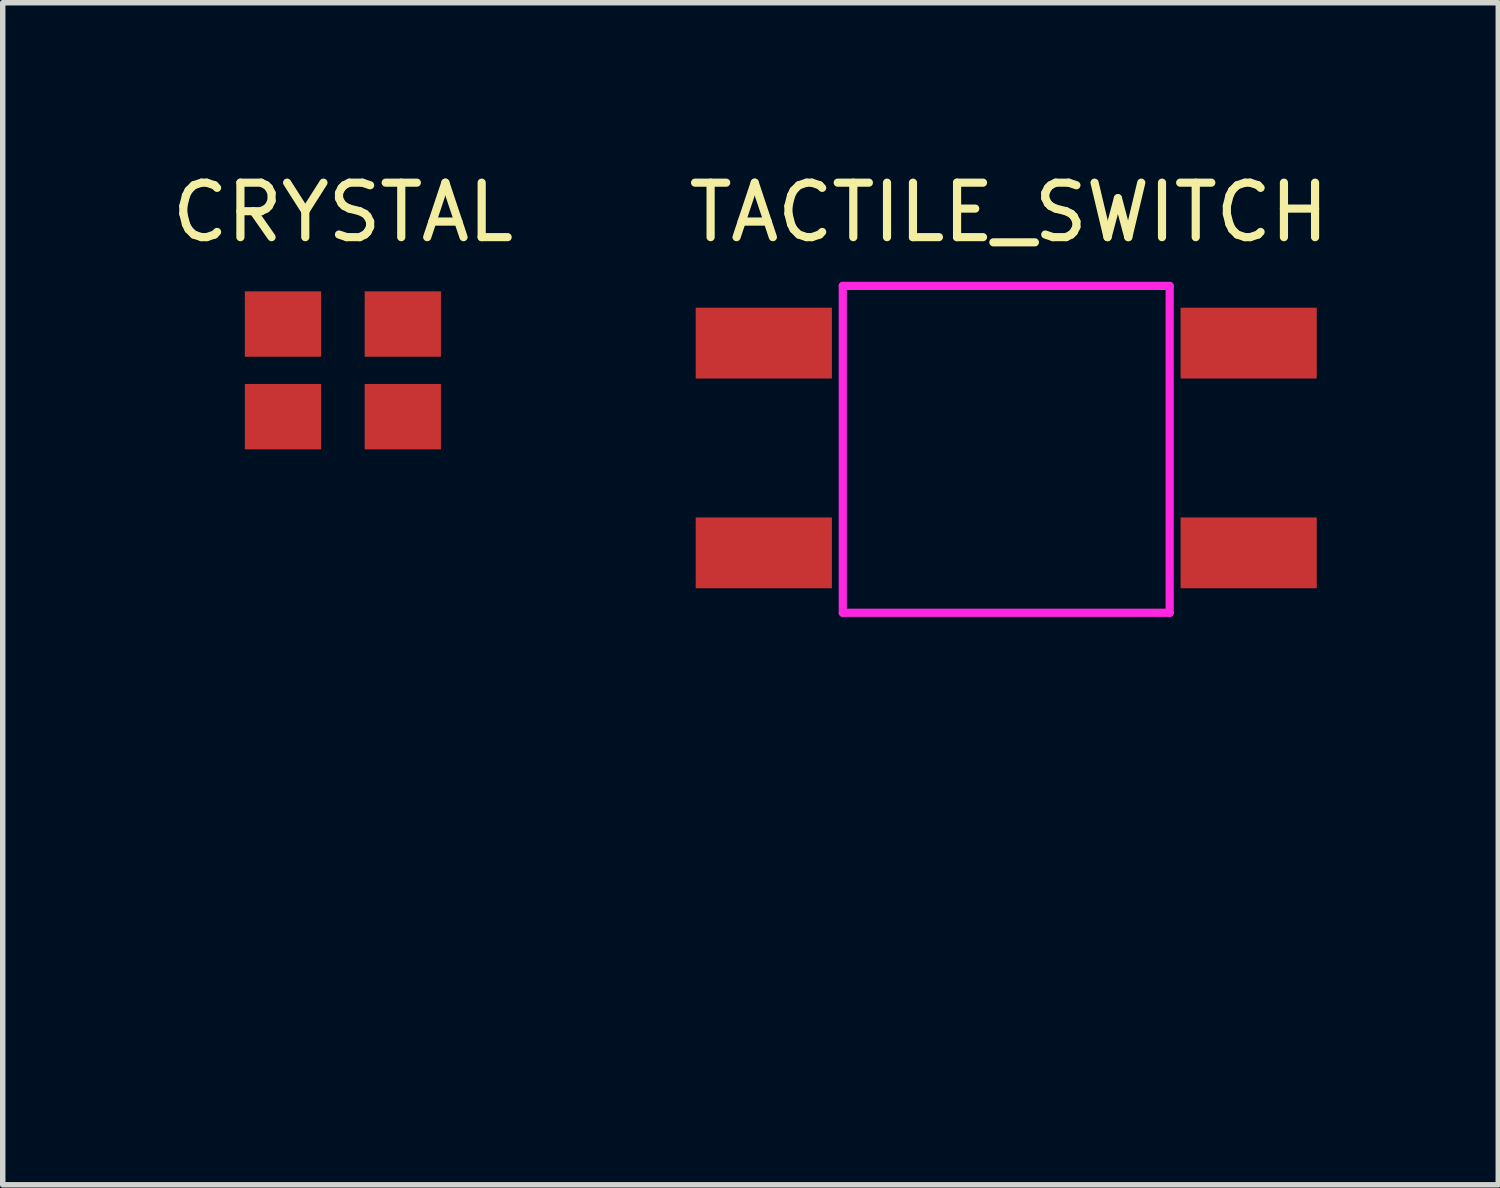
<source format=kicad_pcb>
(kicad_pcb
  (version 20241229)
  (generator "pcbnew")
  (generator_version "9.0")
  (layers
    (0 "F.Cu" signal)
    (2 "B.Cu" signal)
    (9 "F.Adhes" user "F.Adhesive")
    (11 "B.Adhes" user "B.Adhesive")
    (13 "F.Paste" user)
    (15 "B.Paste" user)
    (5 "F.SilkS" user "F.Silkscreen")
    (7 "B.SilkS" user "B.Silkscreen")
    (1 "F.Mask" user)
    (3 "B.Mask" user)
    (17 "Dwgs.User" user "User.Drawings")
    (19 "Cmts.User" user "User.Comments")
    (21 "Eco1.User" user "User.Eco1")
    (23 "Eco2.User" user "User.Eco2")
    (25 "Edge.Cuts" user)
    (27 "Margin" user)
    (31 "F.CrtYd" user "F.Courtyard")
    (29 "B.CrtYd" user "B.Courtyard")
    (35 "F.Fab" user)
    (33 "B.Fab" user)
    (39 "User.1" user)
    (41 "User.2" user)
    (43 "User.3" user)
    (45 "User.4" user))
  (footprint "CRYSTAL"
    (layer "F.Cu")
    (at 3.244 3.748)
    (property "Reference" "CRYSTAL" (at 0 -2.9 0) (layer "F.SilkS") (effects (font (size 1 1) (thickness 0.15))))
    (attr through_hole)
    (pad "1" smd rect (at -1.1 0.85) (size 1.4 1.2) (layers "F.Cu" "F.Mask" "F.Paste"))
    (pad "2" smd rect (at 1.1 0.85) (size 1.4 1.2) (layers "F.Cu" "F.Mask" "F.Paste"))
    (pad "3" smd rect (at 1.1 -0.85) (size 1.4 1.2) (layers "F.Cu" "F.Mask" "F.Paste"))
    (pad "4" smd rect (at -1.1 -0.85) (size 1.4 1.2) (layers "F.Cu" "F.Mask" "F.Paste")))
  (footprint "TACTILE_SWITCH"
    (layer "F.Cu")
    (at 15.27 15.448)
    (property "Reference" "TACTILE_SWITCH" (at 0.2 -14.6 0) (layer "F.SilkS") (effects (font (size 1 1) (thickness 0.15))))
    (attr through_hole)
    (fp_line (start -2.85 -13.25) (end 3.15 -13.25) (stroke (width 0.15) (type solid)) (layer "F.CrtYd"))
    (fp_line (start -2.85 -7.25) (end -2.85 -13.25) (stroke (width 0.15) (type solid)) (layer "F.CrtYd"))
    (fp_line (start 3.15 -13.25) (end 3.15 -7.25) (stroke (width 0.15) (type solid)) (layer "F.CrtYd"))
    (fp_line (start 3.15 -7.25) (end -2.85 -7.25) (stroke (width 0.15) (type solid)) (layer "F.CrtYd"))
    (pad "1" smd rect (at -4.3 -12.2) (size 2.5 1.3) (layers "F.Cu" "F.Mask" "F.Paste"))
    (pad "2" smd rect (at 4.6 -12.2) (size 2.5 1.3) (layers "F.Cu" "F.Mask" "F.Paste"))
    (pad "3" smd rect (at -4.3 -8.35) (size 2.5 1.3) (layers "F.Cu" "F.Mask" "F.Paste"))
    (pad "4" smd rect (at 4.6 -8.35) (size 2.5 1.3) (layers "F.Cu" "F.Mask" "F.Paste")))
  (gr_rect
    (start -3 -3)
    (end 24.452 18.698)
    (stroke (width 0.1) (type default))
    (fill no)
    (layer "Edge.Cuts")))
</source>
